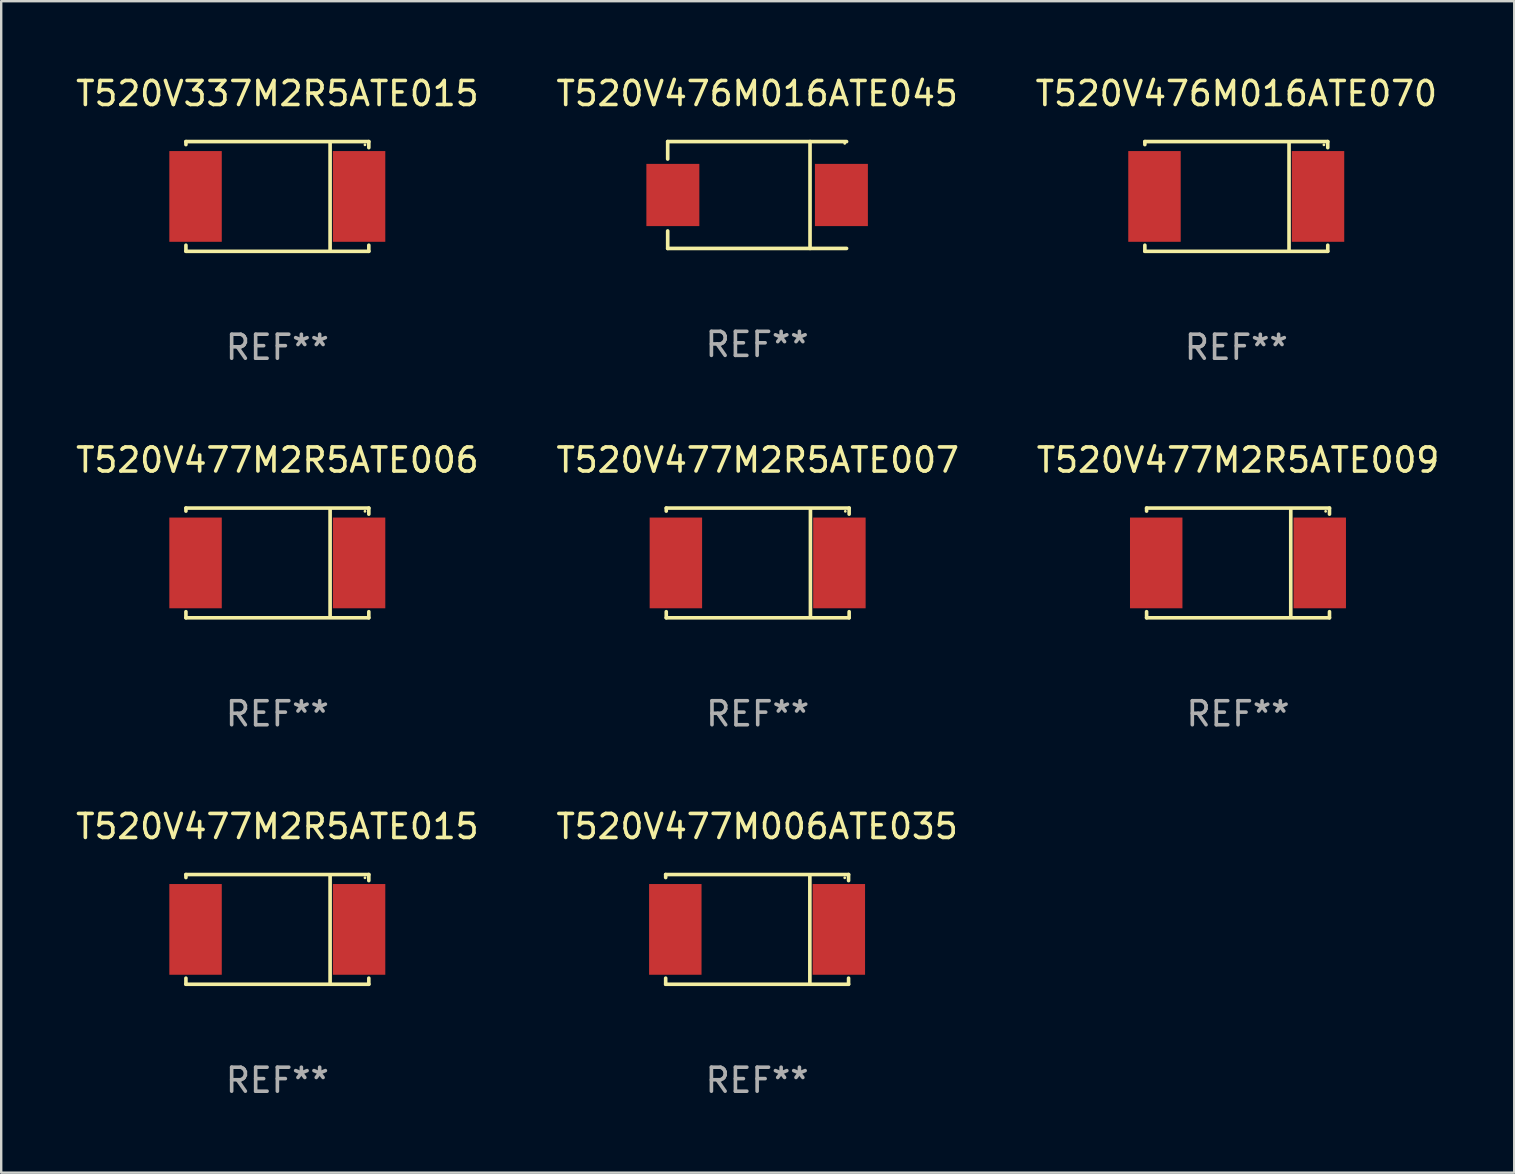
<source format=kicad_pcb>
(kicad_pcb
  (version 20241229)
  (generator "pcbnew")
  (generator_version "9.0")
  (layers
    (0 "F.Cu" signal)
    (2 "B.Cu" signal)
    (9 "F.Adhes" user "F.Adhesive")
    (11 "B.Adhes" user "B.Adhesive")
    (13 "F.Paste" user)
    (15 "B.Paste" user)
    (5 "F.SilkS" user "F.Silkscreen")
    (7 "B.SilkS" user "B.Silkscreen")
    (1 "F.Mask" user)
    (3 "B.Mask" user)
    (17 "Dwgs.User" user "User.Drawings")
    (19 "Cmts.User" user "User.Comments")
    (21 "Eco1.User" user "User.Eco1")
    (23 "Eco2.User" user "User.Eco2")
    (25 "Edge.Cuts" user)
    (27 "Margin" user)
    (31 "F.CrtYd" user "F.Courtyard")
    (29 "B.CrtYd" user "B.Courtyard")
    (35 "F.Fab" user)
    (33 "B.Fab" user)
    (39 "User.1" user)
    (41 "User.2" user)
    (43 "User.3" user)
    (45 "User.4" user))
  (footprint "T520V477M006ATE035"
    (layer "F.Cu")
    (at 28.494 35.671)
    (property "Reference" "T520V477M006ATE035" (at 0 -4.286 0) (layer "F.SilkS") (effects (font (size 1 1) (thickness 0.15))))
    (attr through_hole)
    (fp_line (start -3.81 -2.286) (end -3.81 -2.159) (stroke (width 0.15) (type solid)) (layer "F.SilkS"))
    (fp_line (start -3.81 2.032) (end -3.81 2.286) (stroke (width 0.15) (type solid)) (layer "F.SilkS"))
    (fp_line (start -3.81 2.286) (end 3.81 2.286) (stroke (width 0.15) (type solid)) (layer "F.SilkS"))
    (fp_line (start 2.197 -2.226) (end 2.197 2.226) (stroke (width 0.152) (type solid)) (layer "F.SilkS"))
    (fp_line (start 3.81 -2.286) (end -3.81 -2.286) (stroke (width 0.15) (type solid)) (layer "F.SilkS"))
    (fp_line (start 3.81 -2.032) (end 3.81 -2.286) (stroke (width 0.15) (type solid)) (layer "F.SilkS"))
    (fp_line (start 3.81 2.286) (end 3.81 2.032) (stroke (width 0.15) (type solid)) (layer "F.SilkS"))
    (fp_circle (center 3.65 -2.15) (end 3.68 -2.15) (stroke (width 0.06) (type solid)) (fill no) (layer "F.SilkS"))
    (fp_text user "REF**" (at 0 6.286 0) (layer "F.Fab") (effects (font (size 1 1) (thickness 0.15))))
    (pad "1" smd rect (at 3.404 0 180) (size 2.185 3.78) (layers "F.Cu" "F.Mask" "F.Paste"))
    (pad "2" smd rect (at -3.409 0 180) (size 2.185 3.78) (layers "F.Cu" "F.Mask" "F.Paste")))
  (footprint "T520V477M2R5ATE006"
    (layer "F.Cu")
    (at 8.506 20.403)
    (property "Reference" "T520V477M2R5ATE006" (at 0 -4.286 0) (layer "F.SilkS") (effects (font (size 1 1) (thickness 0.15))))
    (attr through_hole)
    (fp_line (start -3.81 -2.286) (end -3.81 -2.159) (stroke (width 0.15) (type solid)) (layer "F.SilkS"))
    (fp_line (start -3.81 2.032) (end -3.81 2.286) (stroke (width 0.15) (type solid)) (layer "F.SilkS"))
    (fp_line (start -3.81 2.286) (end 3.81 2.286) (stroke (width 0.15) (type solid)) (layer "F.SilkS"))
    (fp_line (start 2.197 -2.226) (end 2.197 2.226) (stroke (width 0.152) (type solid)) (layer "F.SilkS"))
    (fp_line (start 3.81 -2.286) (end -3.81 -2.286) (stroke (width 0.15) (type solid)) (layer "F.SilkS"))
    (fp_line (start 3.81 -2.032) (end 3.81 -2.286) (stroke (width 0.15) (type solid)) (layer "F.SilkS"))
    (fp_line (start 3.81 2.286) (end 3.81 2.032) (stroke (width 0.15) (type solid)) (layer "F.SilkS"))
    (fp_circle (center 3.65 -2.15) (end 3.68 -2.15) (stroke (width 0.06) (type solid)) (fill no) (layer "F.SilkS"))
    (fp_text user "REF**" (at 0 6.286 0) (layer "F.Fab") (effects (font (size 1 1) (thickness 0.15))))
    (pad "1" smd rect (at 3.404 0 180) (size 2.185 3.78) (layers "F.Cu" "F.Mask" "F.Paste"))
    (pad "2" smd rect (at -3.409 0 180) (size 2.185 3.78) (layers "F.Cu" "F.Mask" "F.Paste")))
  (footprint "T520V477M2R5ATE015"
    (layer "F.Cu")
    (at 8.506 35.671)
    (property "Reference" "T520V477M2R5ATE015" (at 0 -4.286 0) (layer "F.SilkS") (effects (font (size 1 1) (thickness 0.15))))
    (attr through_hole)
    (fp_line (start -3.81 -2.286) (end -3.81 -2.159) (stroke (width 0.15) (type solid)) (layer "F.SilkS"))
    (fp_line (start -3.81 2.032) (end -3.81 2.286) (stroke (width 0.15) (type solid)) (layer "F.SilkS"))
    (fp_line (start -3.81 2.286) (end 3.81 2.286) (stroke (width 0.15) (type solid)) (layer "F.SilkS"))
    (fp_line (start 2.197 -2.226) (end 2.197 2.226) (stroke (width 0.152) (type solid)) (layer "F.SilkS"))
    (fp_line (start 3.81 -2.286) (end -3.81 -2.286) (stroke (width 0.15) (type solid)) (layer "F.SilkS"))
    (fp_line (start 3.81 -2.032) (end 3.81 -2.286) (stroke (width 0.15) (type solid)) (layer "F.SilkS"))
    (fp_line (start 3.81 2.286) (end 3.81 2.032) (stroke (width 0.15) (type solid)) (layer "F.SilkS"))
    (fp_circle (center 3.65 -2.15) (end 3.68 -2.15) (stroke (width 0.06) (type solid)) (fill no) (layer "F.SilkS"))
    (fp_text user "REF**" (at 0 6.286 0) (layer "F.Fab") (effects (font (size 1 1) (thickness 0.15))))
    (pad "1" smd rect (at 3.404 0 180) (size 2.185 3.78) (layers "F.Cu" "F.Mask" "F.Paste"))
    (pad "2" smd rect (at -3.409 0 180) (size 2.185 3.78) (layers "F.Cu" "F.Mask" "F.Paste")))
  (footprint "T520V477M2R5ATE009"
    (layer "F.Cu")
    (at 48.53 20.403)
    (property "Reference" "T520V477M2R5ATE009" (at 0 -4.286 0) (layer "F.SilkS") (effects (font (size 1 1) (thickness 0.15))))
    (attr through_hole)
    (fp_line (start -3.81 -2.286) (end -3.81 -2.159) (stroke (width 0.15) (type solid)) (layer "F.SilkS"))
    (fp_line (start -3.81 2.032) (end -3.81 2.286) (stroke (width 0.15) (type solid)) (layer "F.SilkS"))
    (fp_line (start -3.81 2.286) (end 3.81 2.286) (stroke (width 0.15) (type solid)) (layer "F.SilkS"))
    (fp_line (start 2.197 -2.226) (end 2.197 2.226) (stroke (width 0.152) (type solid)) (layer "F.SilkS"))
    (fp_line (start 3.81 -2.286) (end -3.81 -2.286) (stroke (width 0.15) (type solid)) (layer "F.SilkS"))
    (fp_line (start 3.81 -2.032) (end 3.81 -2.286) (stroke (width 0.15) (type solid)) (layer "F.SilkS"))
    (fp_line (start 3.81 2.286) (end 3.81 2.032) (stroke (width 0.15) (type solid)) (layer "F.SilkS"))
    (fp_circle (center 3.65 -2.15) (end 3.68 -2.15) (stroke (width 0.06) (type solid)) (fill no) (layer "F.SilkS"))
    (fp_text user "REF**" (at 0 6.286 0) (layer "F.Fab") (effects (font (size 1 1) (thickness 0.15))))
    (pad "1" smd rect (at 3.404 0 180) (size 2.185 3.78) (layers "F.Cu" "F.Mask" "F.Paste"))
    (pad "2" smd rect (at -3.409 0 180) (size 2.185 3.78) (layers "F.Cu" "F.Mask" "F.Paste")))
  (footprint "T520V477M2R5ATE007"
    (layer "F.Cu")
    (at 28.518 20.403)
    (property "Reference" "T520V477M2R5ATE007" (at 0 -4.286 0) (layer "F.SilkS") (effects (font (size 1 1) (thickness 0.15))))
    (attr through_hole)
    (fp_line (start -3.81 -2.286) (end -3.81 -2.159) (stroke (width 0.15) (type solid)) (layer "F.SilkS"))
    (fp_line (start -3.81 2.032) (end -3.81 2.286) (stroke (width 0.15) (type solid)) (layer "F.SilkS"))
    (fp_line (start -3.81 2.286) (end 3.81 2.286) (stroke (width 0.15) (type solid)) (layer "F.SilkS"))
    (fp_line (start 2.197 -2.226) (end 2.197 2.226) (stroke (width 0.152) (type solid)) (layer "F.SilkS"))
    (fp_line (start 3.81 -2.286) (end -3.81 -2.286) (stroke (width 0.15) (type solid)) (layer "F.SilkS"))
    (fp_line (start 3.81 -2.032) (end 3.81 -2.286) (stroke (width 0.15) (type solid)) (layer "F.SilkS"))
    (fp_line (start 3.81 2.286) (end 3.81 2.032) (stroke (width 0.15) (type solid)) (layer "F.SilkS"))
    (fp_circle (center 3.65 -2.15) (end 3.68 -2.15) (stroke (width 0.06) (type solid)) (fill no) (layer "F.SilkS"))
    (fp_text user "REF**" (at 0 6.286 0) (layer "F.Fab") (effects (font (size 1 1) (thickness 0.15))))
    (pad "1" smd rect (at 3.404 0 180) (size 2.185 3.78) (layers "F.Cu" "F.Mask" "F.Paste"))
    (pad "2" smd rect (at -3.409 0 180) (size 2.185 3.78) (layers "F.Cu" "F.Mask" "F.Paste")))
  (footprint "T520V337M2R5ATE015"
    (layer "F.Cu")
    (at 8.506 5.134)
    (property "Reference" "T520V337M2R5ATE015" (at 0 -4.286 0) (layer "F.SilkS") (effects (font (size 1 1) (thickness 0.15))))
    (attr through_hole)
    (fp_line (start -3.81 -2.286) (end -3.81 -2.159) (stroke (width 0.15) (type solid)) (layer "F.SilkS"))
    (fp_line (start -3.81 2.032) (end -3.81 2.286) (stroke (width 0.15) (type solid)) (layer "F.SilkS"))
    (fp_line (start -3.81 2.286) (end 3.81 2.286) (stroke (width 0.15) (type solid)) (layer "F.SilkS"))
    (fp_line (start 2.197 -2.226) (end 2.197 2.226) (stroke (width 0.152) (type solid)) (layer "F.SilkS"))
    (fp_line (start 3.81 -2.286) (end -3.81 -2.286) (stroke (width 0.15) (type solid)) (layer "F.SilkS"))
    (fp_line (start 3.81 -2.032) (end 3.81 -2.286) (stroke (width 0.15) (type solid)) (layer "F.SilkS"))
    (fp_line (start 3.81 2.286) (end 3.81 2.032) (stroke (width 0.15) (type solid)) (layer "F.SilkS"))
    (fp_circle (center 3.65 -2.15) (end 3.68 -2.15) (stroke (width 0.06) (type solid)) (fill no) (layer "F.SilkS"))
    (fp_text user "REF**" (at 0 6.286 0) (layer "F.Fab") (effects (font (size 1 1) (thickness 0.15))))
    (pad "1" smd rect (at 3.404 0 180) (size 2.185 3.78) (layers "F.Cu" "F.Mask" "F.Paste"))
    (pad "2" smd rect (at -3.409 0 180) (size 2.185 3.78) (layers "F.Cu" "F.Mask" "F.Paste")))
  (footprint "T520V476M016ATE070"
    (layer "F.Cu")
    (at 48.458 5.134)
    (property "Reference" "T520V476M016ATE070" (at 0 -4.286 0) (layer "F.SilkS") (effects (font (size 1 1) (thickness 0.15))))
    (attr through_hole)
    (fp_line (start -3.81 -2.286) (end -3.81 -2.159) (stroke (width 0.15) (type solid)) (layer "F.SilkS"))
    (fp_line (start -3.81 2.032) (end -3.81 2.286) (stroke (width 0.15) (type solid)) (layer "F.SilkS"))
    (fp_line (start -3.81 2.286) (end 3.81 2.286) (stroke (width 0.15) (type solid)) (layer "F.SilkS"))
    (fp_line (start 2.197 -2.226) (end 2.197 2.226) (stroke (width 0.152) (type solid)) (layer "F.SilkS"))
    (fp_line (start 3.81 -2.286) (end -3.81 -2.286) (stroke (width 0.15) (type solid)) (layer "F.SilkS"))
    (fp_line (start 3.81 -2.032) (end 3.81 -2.286) (stroke (width 0.15) (type solid)) (layer "F.SilkS"))
    (fp_line (start 3.81 2.286) (end 3.81 2.032) (stroke (width 0.15) (type solid)) (layer "F.SilkS"))
    (fp_circle (center 3.65 -2.15) (end 3.68 -2.15) (stroke (width 0.06) (type solid)) (fill no) (layer "F.SilkS"))
    (fp_text user "REF**" (at 0 6.286 0) (layer "F.Fab") (effects (font (size 1 1) (thickness 0.15))))
    (pad "1" smd rect (at 3.404 0 180) (size 2.185 3.78) (layers "F.Cu" "F.Mask" "F.Paste"))
    (pad "2" smd rect (at -3.409 0 180) (size 2.185 3.78) (layers "F.Cu" "F.Mask" "F.Paste")))
  (footprint "T520V476M016ATE045"
    (layer "F.Cu")
    (at 28.494 5.074)
    (property "Reference" "T520V476M016ATE045" (at 0 -4.226 0) (layer "F.SilkS") (effects (font (size 1 1) (thickness 0.15))))
    (attr through_hole)
    (fp_line (start -3.726 -2.226) (end -3.726 -1.499) (stroke (width 0.152) (type solid)) (layer "F.SilkS"))
    (fp_line (start -3.726 -2.226) (end 3.726 -2.226) (stroke (width 0.152) (type solid)) (layer "F.SilkS"))
    (fp_line (start -3.726 2.226) (end -3.726 1.499) (stroke (width 0.152) (type solid)) (layer "F.SilkS"))
    (fp_line (start -3.726 2.226) (end 3.726 2.226) (stroke (width 0.152) (type solid)) (layer "F.SilkS"))
    (fp_line (start 2.204 -2.226) (end 2.204 2.226) (stroke (width 0.152) (type solid)) (layer "F.SilkS"))
    (fp_circle (center 3.65 -2.15) (end 3.68 -2.15) (stroke (width 0.06) (type solid)) (fill no) (layer "F.SilkS"))
    (fp_text user "REF**" (at 0 6.226 0) (layer "F.Fab") (effects (font (size 1 1) (thickness 0.15))))
    (pad "1" smd rect (at 3.511 0) (size 2.207 2.592) (layers "F.Cu" "F.Mask" "F.Paste"))
    (pad "2" smd rect (at -3.511 0) (size 2.207 2.592) (layers "F.Cu" "F.Mask" "F.Paste")))
  (gr_rect
    (start -3 -3)
    (end 60.036 45.806)
    (stroke (width 0.1) (type default))
    (fill no)
    (layer "Edge.Cuts")))
</source>
